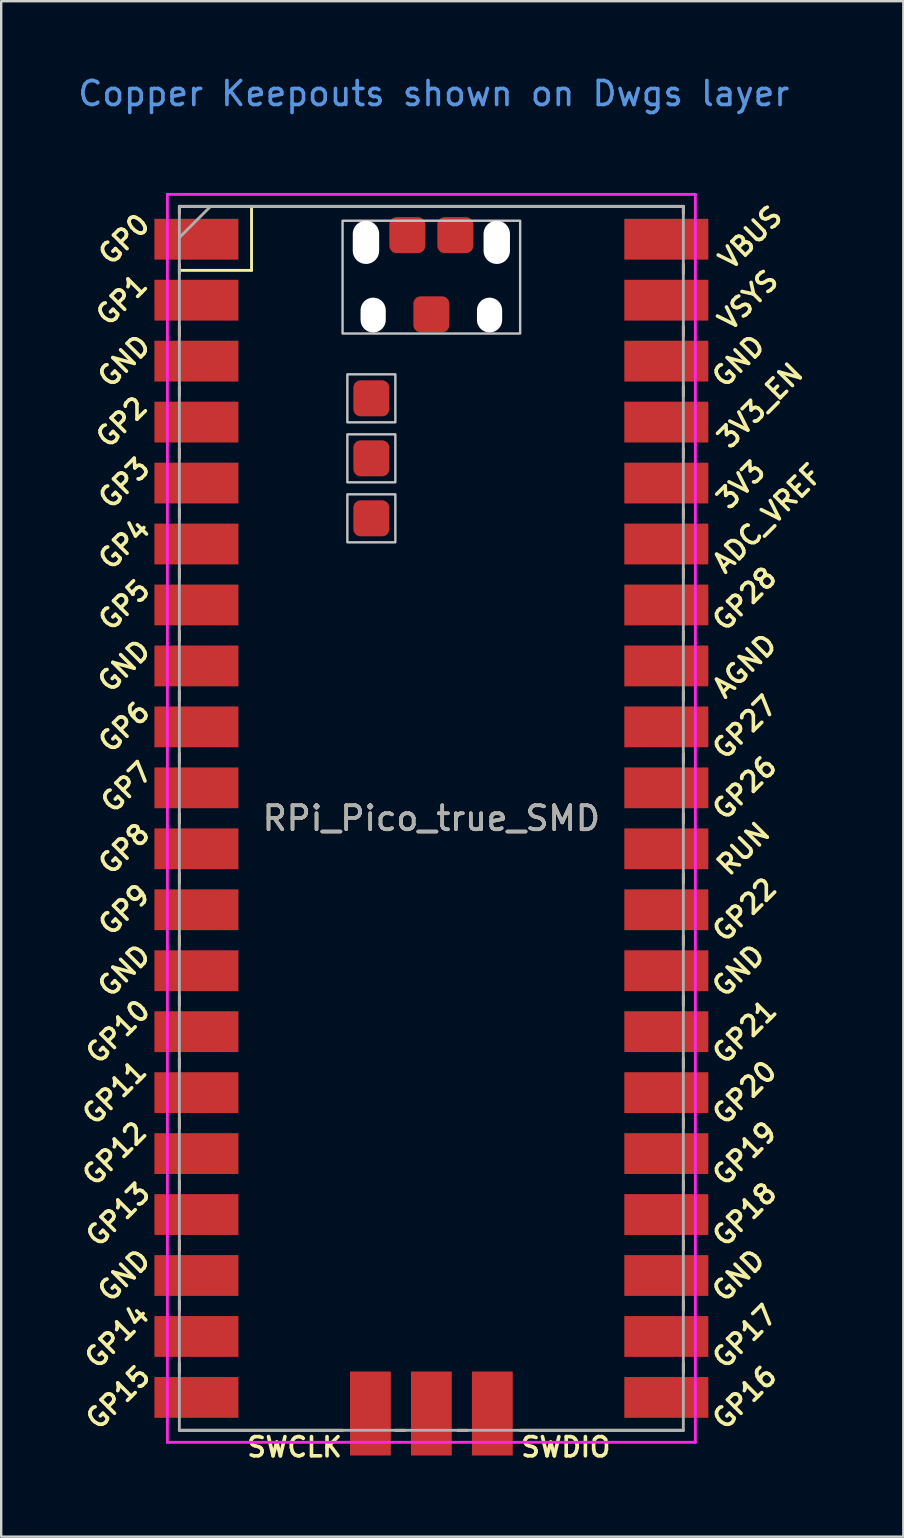
<source format=kicad_pcb>
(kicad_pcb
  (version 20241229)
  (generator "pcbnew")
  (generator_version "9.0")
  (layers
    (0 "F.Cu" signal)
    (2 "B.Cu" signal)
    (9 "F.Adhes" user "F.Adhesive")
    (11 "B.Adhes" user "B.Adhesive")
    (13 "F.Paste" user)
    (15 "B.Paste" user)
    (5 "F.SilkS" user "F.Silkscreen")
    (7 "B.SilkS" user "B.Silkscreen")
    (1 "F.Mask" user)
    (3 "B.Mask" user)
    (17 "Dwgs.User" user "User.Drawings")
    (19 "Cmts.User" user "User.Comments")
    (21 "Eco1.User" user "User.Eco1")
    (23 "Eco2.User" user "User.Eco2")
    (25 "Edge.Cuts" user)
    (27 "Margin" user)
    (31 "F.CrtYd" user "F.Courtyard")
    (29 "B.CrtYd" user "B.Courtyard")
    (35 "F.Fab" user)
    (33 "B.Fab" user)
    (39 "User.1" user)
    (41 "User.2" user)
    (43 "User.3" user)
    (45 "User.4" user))
  (footprint "RPi_Pico_true_SMD"
    (layer "F.Cu")
    (at 14.924 31.048)
    (property "Reference" "RPi_Pico_true_SMD" (at 0 0 0) (layer "F.SilkS") (effects (font (size 1 1) (thickness 0.15))))
    (attr through_hole)
    (fp_line (start -10.5 -25.5) (end -10.5 -25.2) (stroke (width 0.12) (type solid)) (layer "F.SilkS"))
    (fp_line (start -10.5 -25.5) (end 10.5 -25.5) (stroke (width 0.12) (type solid)) (layer "F.SilkS"))
    (fp_line (start -10.5 -23.1) (end -10.5 -22.7) (stroke (width 0.12) (type solid)) (layer "F.SilkS"))
    (fp_line (start -10.5 -22.833) (end -7.493 -22.833) (stroke (width 0.12) (type solid)) (layer "F.SilkS"))
    (fp_line (start -10.5 -20.5) (end -10.5 -20.1) (stroke (width 0.12) (type solid)) (layer "F.SilkS"))
    (fp_line (start -10.5 -18) (end -10.5 -17.6) (stroke (width 0.12) (type solid)) (layer "F.SilkS"))
    (fp_line (start -10.5 -15.4) (end -10.5 -15) (stroke (width 0.12) (type solid)) (layer "F.SilkS"))
    (fp_line (start -10.5 -12.9) (end -10.5 -12.5) (stroke (width 0.12) (type solid)) (layer "F.SilkS"))
    (fp_line (start -10.5 -10.4) (end -10.5 -10) (stroke (width 0.12) (type solid)) (layer "F.SilkS"))
    (fp_line (start -10.5 -7.8) (end -10.5 -7.4) (stroke (width 0.12) (type solid)) (layer "F.SilkS"))
    (fp_line (start -10.5 -5.3) (end -10.5 -4.9) (stroke (width 0.12) (type solid)) (layer "F.SilkS"))
    (fp_line (start -10.5 -2.7) (end -10.5 -2.3) (stroke (width 0.12) (type solid)) (layer "F.SilkS"))
    (fp_line (start -10.5 -0.2) (end -10.5 0.2) (stroke (width 0.12) (type solid)) (layer "F.SilkS"))
    (fp_line (start -10.5 2.3) (end -10.5 2.7) (stroke (width 0.12) (type solid)) (layer "F.SilkS"))
    (fp_line (start -10.5 4.9) (end -10.5 5.3) (stroke (width 0.12) (type solid)) (layer "F.SilkS"))
    (fp_line (start -10.5 7.4) (end -10.5 7.8) (stroke (width 0.12) (type solid)) (layer "F.SilkS"))
    (fp_line (start -10.5 10) (end -10.5 10.4) (stroke (width 0.12) (type solid)) (layer "F.SilkS"))
    (fp_line (start -10.5 12.5) (end -10.5 12.9) (stroke (width 0.12) (type solid)) (layer "F.SilkS"))
    (fp_line (start -10.5 15.1) (end -10.5 15.5) (stroke (width 0.12) (type solid)) (layer "F.SilkS"))
    (fp_line (start -10.5 17.6) (end -10.5 18) (stroke (width 0.12) (type solid)) (layer "F.SilkS"))
    (fp_line (start -10.5 20.1) (end -10.5 20.5) (stroke (width 0.12) (type solid)) (layer "F.SilkS"))
    (fp_line (start -10.5 22.7) (end -10.5 23.1) (stroke (width 0.12) (type solid)) (layer "F.SilkS"))
    (fp_line (start -7.493 -22.833) (end -7.493 -25.5) (stroke (width 0.12) (type solid)) (layer "F.SilkS"))
    (fp_line (start -3.7 25.5) (end -10.5 25.5) (stroke (width 0.12) (type solid)) (layer "F.SilkS"))
    (fp_line (start -1.5 25.5) (end -1.1 25.5) (stroke (width 0.12) (type solid)) (layer "F.SilkS"))
    (fp_line (start 1.1 25.5) (end 1.5 25.5) (stroke (width 0.12) (type solid)) (layer "F.SilkS"))
    (fp_line (start 10.5 -25.5) (end 10.5 -25.2) (stroke (width 0.12) (type solid)) (layer "F.SilkS"))
    (fp_line (start 10.5 -23.1) (end 10.5 -22.7) (stroke (width 0.12) (type solid)) (layer "F.SilkS"))
    (fp_line (start 10.5 -20.5) (end 10.5 -20.1) (stroke (width 0.12) (type solid)) (layer "F.SilkS"))
    (fp_line (start 10.5 -18) (end 10.5 -17.6) (stroke (width 0.12) (type solid)) (layer "F.SilkS"))
    (fp_line (start 10.5 -15.4) (end 10.5 -15) (stroke (width 0.12) (type solid)) (layer "F.SilkS"))
    (fp_line (start 10.5 -12.9) (end 10.5 -12.5) (stroke (width 0.12) (type solid)) (layer "F.SilkS"))
    (fp_line (start 10.5 -10.4) (end 10.5 -10) (stroke (width 0.12) (type solid)) (layer "F.SilkS"))
    (fp_line (start 10.5 -7.8) (end 10.5 -7.4) (stroke (width 0.12) (type solid)) (layer "F.SilkS"))
    (fp_line (start 10.5 -5.3) (end 10.5 -4.9) (stroke (width 0.12) (type solid)) (layer "F.SilkS"))
    (fp_line (start 10.5 -2.7) (end 10.5 -2.3) (stroke (width 0.12) (type solid)) (layer "F.SilkS"))
    (fp_line (start 10.5 -0.2) (end 10.5 0.2) (stroke (width 0.12) (type solid)) (layer "F.SilkS"))
    (fp_line (start 10.5 2.3) (end 10.5 2.7) (stroke (width 0.12) (type solid)) (layer "F.SilkS"))
    (fp_line (start 10.5 4.9) (end 10.5 5.3) (stroke (width 0.12) (type solid)) (layer "F.SilkS"))
    (fp_line (start 10.5 7.4) (end 10.5 7.8) (stroke (width 0.12) (type solid)) (layer "F.SilkS"))
    (fp_line (start 10.5 10) (end 10.5 10.4) (stroke (width 0.12) (type solid)) (layer "F.SilkS"))
    (fp_line (start 10.5 12.5) (end 10.5 12.9) (stroke (width 0.12) (type solid)) (layer "F.SilkS"))
    (fp_line (start 10.5 15.1) (end 10.5 15.5) (stroke (width 0.12) (type solid)) (layer "F.SilkS"))
    (fp_line (start 10.5 17.6) (end 10.5 18) (stroke (width 0.12) (type solid)) (layer "F.SilkS"))
    (fp_line (start 10.5 20.1) (end 10.5 20.5) (stroke (width 0.12) (type solid)) (layer "F.SilkS"))
    (fp_line (start 10.5 22.7) (end 10.5 23.1) (stroke (width 0.12) (type solid)) (layer "F.SilkS"))
    (fp_line (start 10.5 25.5) (end 3.7 25.5) (stroke (width 0.12) (type solid)) (layer "F.SilkS"))
    (fp_poly (pts (xy -1.5 -16.5) (xy -3.5 -16.5) (xy -3.5 -18.5) (xy -1.5 -18.5)) (stroke (width 0.1) (type solid)) (fill no) (layer "Dwgs.User"))
    (fp_poly (pts (xy -1.5 -14) (xy -3.5 -14) (xy -3.5 -16) (xy -1.5 -16)) (stroke (width 0.1) (type solid)) (fill no) (layer "Dwgs.User"))
    (fp_poly (pts (xy -1.5 -11.5) (xy -3.5 -11.5) (xy -3.5 -13.5) (xy -1.5 -13.5)) (stroke (width 0.1) (type solid)) (fill no) (layer "Dwgs.User"))
    (fp_poly (pts (xy 3.7 -20.2) (xy -3.7 -20.2) (xy -3.7 -24.9) (xy 3.7 -24.9)) (stroke (width 0.1) (type solid)) (fill no) (layer "Dwgs.User"))
    (fp_line (start -11 -26) (end 11 -26) (stroke (width 0.12) (type solid)) (layer "F.CrtYd"))
    (fp_line (start -11 26) (end -11 -26) (stroke (width 0.12) (type solid)) (layer "F.CrtYd"))
    (fp_line (start 11 -26) (end 11 26) (stroke (width 0.12) (type solid)) (layer "F.CrtYd"))
    (fp_line (start 11 26) (end -11 26) (stroke (width 0.12) (type solid)) (layer "F.CrtYd"))
    (fp_line (start -10.5 -25.5) (end 10.5 -25.5) (stroke (width 0.12) (type solid)) (layer "F.Fab"))
    (fp_line (start -10.5 -24.2) (end -9.2 -25.5) (stroke (width 0.12) (type solid)) (layer "F.Fab"))
    (fp_line (start -10.5 25.5) (end -10.5 -25.5) (stroke (width 0.12) (type solid)) (layer "F.Fab"))
    (fp_line (start 10.5 -25.5) (end 10.5 25.5) (stroke (width 0.12) (type solid)) (layer "F.Fab"))
    (fp_line (start 10.5 25.5) (end -10.5 25.5) (stroke (width 0.12) (type solid)) (layer "F.Fab"))
    (fp_text user "GP9" (at -12.8 3.81 45) (layer "F.SilkS") (effects (font (size 0.8 0.8) (thickness 0.15))))
    (fp_text user "GND" (at -12.8 -6.35 45) (layer "F.SilkS") (effects (font (size 0.8 0.8) (thickness 0.15))))
    (fp_text user "GP15" (at -13.054 24.13 45) (layer "F.SilkS") (effects (font (size 0.8 0.8) (thickness 0.15))))
    (fp_text user "GP21" (at 13.054 8.9 45) (layer "F.SilkS") (effects (font (size 0.8 0.8) (thickness 0.15))))
    (fp_text user "SWCLK" (at -5.7 26.2 0) (layer "F.SilkS") (effects (font (size 0.8 0.8) (thickness 0.15))))
    (fp_text user "VBUS" (at 13.3 -24.2 45) (layer "F.SilkS") (effects (font (size 0.8 0.8) (thickness 0.15))))
    (fp_text user "GND" (at 12.8 19.05 45) (layer "F.SilkS") (effects (font (size 0.8 0.8) (thickness 0.15))))
    (fp_text user "3V3_EN" (at 13.7 -17.2 45) (layer "F.SilkS") (effects (font (size 0.8 0.8) (thickness 0.15))))
    (fp_text user "GP16" (at 13.054 24.13 45) (layer "F.SilkS") (effects (font (size 0.8 0.8) (thickness 0.15))))
    (fp_text user "GP12" (at -13.2 13.97 45) (layer "F.SilkS") (effects (font (size 0.8 0.8) (thickness 0.15))))
    (fp_text user "GP28" (at 13.054 -9.144 45) (layer "F.SilkS") (effects (font (size 0.8 0.8) (thickness 0.15))))
    (fp_text user "GP3" (at -12.8 -13.97 45) (layer "F.SilkS") (effects (font (size 0.8 0.8) (thickness 0.15))))
    (fp_text user "RUN" (at 13 1.27 45) (layer "F.SilkS") (effects (font (size 0.8 0.8) (thickness 0.15))))
    (fp_text user "ADC_VREF" (at 14 -12.5 45) (layer "F.SilkS") (effects (font (size 0.8 0.8) (thickness 0.15))))
    (fp_text user "GP13" (at -13.054 16.51 45) (layer "F.SilkS") (effects (font (size 0.8 0.8) (thickness 0.15))))
    (fp_text user "GP1" (at -12.9 -21.6 45) (layer "F.SilkS") (effects (font (size 0.8 0.8) (thickness 0.15))))
    (fp_text user "GND" (at -12.8 -19.05 45) (layer "F.SilkS") (effects (font (size 0.8 0.8) (thickness 0.15))))
    (fp_text user "GP4" (at -12.8 -11.43 45) (layer "F.SilkS") (effects (font (size 0.8 0.8) (thickness 0.15))))
    (fp_text user "GND" (at -12.8 6.35 45) (layer "F.SilkS") (effects (font (size 0.8 0.8) (thickness 0.15))))
    (fp_text user "GP7" (at -12.7 -1.3 45) (layer "F.SilkS") (effects (font (size 0.8 0.8) (thickness 0.15))))
    (fp_text user "GP10" (at -13.054 8.89 45) (layer "F.SilkS") (effects (font (size 0.8 0.8) (thickness 0.15))))
    (fp_text user "GP19" (at 13.054 13.97 45) (layer "F.SilkS") (effects (font (size 0.8 0.8) (thickness 0.15))))
    (fp_text user "GP8" (at -12.8 1.27 45) (layer "F.SilkS") (effects (font (size 0.8 0.8) (thickness 0.15))))
    (fp_text user "GP26" (at 13.054 -1.27 45) (layer "F.SilkS") (effects (font (size 0.8 0.8) (thickness 0.15))))
    (fp_text user "GP14" (at -13.1 21.59 45) (layer "F.SilkS") (effects (font (size 0.8 0.8) (thickness 0.15))))
    (fp_text user "VSYS" (at 13.2 -21.59 45) (layer "F.SilkS") (effects (font (size 0.8 0.8) (thickness 0.15))))
    (fp_text user "AGND" (at 13.054 -6.35 45) (layer "F.SilkS") (effects (font (size 0.8 0.8) (thickness 0.15))))
    (fp_text user "GP18" (at 13.054 16.51 45) (layer "F.SilkS") (effects (font (size 0.8 0.8) (thickness 0.15))))
    (fp_text user "GP0" (at -12.8 -24.13 45) (layer "F.SilkS") (effects (font (size 0.8 0.8) (thickness 0.15))))
    (fp_text user "GP11" (at -13.2 11.43 45) (layer "F.SilkS") (effects (font (size 0.8 0.8) (thickness 0.15))))
    (fp_text user "GP20" (at 13.054 11.43 45) (layer "F.SilkS") (effects (font (size 0.8 0.8) (thickness 0.15))))
    (fp_text user "3V3" (at 12.9 -13.9 45) (layer "F.SilkS") (effects (font (size 0.8 0.8) (thickness 0.15))))
    (fp_text user "GP17" (at 13.054 21.59 45) (layer "F.SilkS") (effects (font (size 0.8 0.8) (thickness 0.15))))
    (fp_text user "GND" (at 12.8 6.35 45) (layer "F.SilkS") (effects (font (size 0.8 0.8) (thickness 0.15))))
    (fp_text user "GP6" (at -12.8 -3.81 45) (layer "F.SilkS") (effects (font (size 0.8 0.8) (thickness 0.15))))
    (fp_text user "GP5" (at -12.8 -8.89 45) (layer "F.SilkS") (effects (font (size 0.8 0.8) (thickness 0.15))))
    (fp_text user "GND" (at -12.8 19.05 45) (layer "F.SilkS") (effects (font (size 0.8 0.8) (thickness 0.15))))
    (fp_text user "GP22" (at 13.054 3.81 45) (layer "F.SilkS") (effects (font (size 0.8 0.8) (thickness 0.15))))
    (fp_text user "GP2" (at -12.9 -16.51 45) (layer "F.SilkS") (effects (font (size 0.8 0.8) (thickness 0.15))))
    (fp_text user "SWDIO" (at 5.6 26.2 0) (layer "F.SilkS") (effects (font (size 0.8 0.8) (thickness 0.15))))
    (fp_text user "GND" (at 12.8 -19.05 45) (layer "F.SilkS") (effects (font (size 0.8 0.8) (thickness 0.15))))
    (fp_text user "GP27" (at 13.054 -3.8 45) (layer "F.SilkS") (effects (font (size 0.8 0.8) (thickness 0.15))))
    (fp_text user "Copper Keepouts shown on Dwgs layer" (at 0.1 -30.2 0) (layer "Cmts.User") (effects (font (size 1 1) (thickness 0.15))))
    (fp_text user "${REFERENCE}" (at 0 0 180) (layer "F.Fab") (effects (font (size 1 1) (thickness 0.15))))
    (pad "" np_thru_hole oval (at -2.725 -24) (size 1.1 1.8) (drill oval 1.1 1.8) (layers "*.Cu" "*.Mask"))
    (pad "" np_thru_hole oval (at -2.425 -20.97) (size 1.05 1.45) (drill oval 1.05 1.45) (layers "*.Cu" "*.Mask"))
    (pad "" np_thru_hole oval (at 2.425 -20.97) (size 1.05 1.45) (drill oval 1.05 1.45) (layers "*.Cu" "*.Mask"))
    (pad "" np_thru_hole oval (at 2.725 -24) (size 1.1 1.8) (drill oval 1.1 1.8) (layers "*.Cu" "*.Mask"))
    (pad "1" smd rect (at -8.89 -24.13) (size 3.5 1.7) (drill (offset -0.9 0)) (layers "F.Cu" "F.Mask" "F.Paste"))
    (pad "2" smd rect (at -8.89 -21.59) (size 3.5 1.7) (drill (offset -0.9 0)) (layers "F.Cu" "F.Mask" "F.Paste"))
    (pad "3" smd rect (at -8.89 -19.05) (size 3.5 1.7) (drill (offset -0.9 0)) (layers "F.Cu" "F.Mask" "F.Paste"))
    (pad "4" smd rect (at -8.89 -16.51) (size 3.5 1.7) (drill (offset -0.9 0)) (layers "F.Cu" "F.Mask" "F.Paste"))
    (pad "5" smd rect (at -8.89 -13.97) (size 3.5 1.7) (drill (offset -0.9 0)) (layers "F.Cu" "F.Mask" "F.Paste"))
    (pad "6" smd rect (at -8.89 -11.43) (size 3.5 1.7) (drill (offset -0.9 0)) (layers "F.Cu" "F.Mask" "F.Paste"))
    (pad "7" smd rect (at -8.89 -8.89) (size 3.5 1.7) (drill (offset -0.9 0)) (layers "F.Cu" "F.Mask" "F.Paste"))
    (pad "8" smd rect (at -8.89 -6.35) (size 3.5 1.7) (drill (offset -0.9 0)) (layers "F.Cu" "F.Mask" "F.Paste"))
    (pad "9" smd rect (at -8.89 -3.81) (size 3.5 1.7) (drill (offset -0.9 0)) (layers "F.Cu" "F.Mask" "F.Paste"))
    (pad "10" smd rect (at -8.89 -1.27) (size 3.5 1.7) (drill (offset -0.9 0)) (layers "F.Cu" "F.Mask" "F.Paste"))
    (pad "11" smd rect (at -8.89 1.27) (size 3.5 1.7) (drill (offset -0.9 0)) (layers "F.Cu" "F.Mask" "F.Paste"))
    (pad "12" smd rect (at -8.89 3.81) (size 3.5 1.7) (drill (offset -0.9 0)) (layers "F.Cu" "F.Mask" "F.Paste"))
    (pad "13" smd rect (at -8.89 6.35) (size 3.5 1.7) (drill (offset -0.9 0)) (layers "F.Cu" "F.Mask" "F.Paste"))
    (pad "14" smd rect (at -8.89 8.89) (size 3.5 1.7) (drill (offset -0.9 0)) (layers "F.Cu" "F.Mask" "F.Paste"))
    (pad "15" smd rect (at -8.89 11.43) (size 3.5 1.7) (drill (offset -0.9 0)) (layers "F.Cu" "F.Mask" "F.Paste"))
    (pad "16" smd rect (at -8.89 13.97) (size 3.5 1.7) (drill (offset -0.9 0)) (layers "F.Cu" "F.Mask" "F.Paste"))
    (pad "17" smd rect (at -8.89 16.51) (size 3.5 1.7) (drill (offset -0.9 0)) (layers "F.Cu" "F.Mask" "F.Paste"))
    (pad "18" smd rect (at -8.89 19.05) (size 3.5 1.7) (drill (offset -0.9 0)) (layers "F.Cu" "F.Mask" "F.Paste"))
    (pad "19" smd rect (at -8.89 21.59) (size 3.5 1.7) (drill (offset -0.9 0)) (layers "F.Cu" "F.Mask" "F.Paste"))
    (pad "20" smd rect (at -8.89 24.13) (size 3.5 1.7) (drill (offset -0.9 0)) (layers "F.Cu" "F.Mask" "F.Paste"))
    (pad "21" smd rect (at 8.89 24.13) (size 3.5 1.7) (drill (offset 0.9 0)) (layers "F.Cu" "F.Mask" "F.Paste"))
    (pad "22" smd rect (at 8.89 21.59) (size 3.5 1.7) (drill (offset 0.9 0)) (layers "F.Cu" "F.Mask" "F.Paste"))
    (pad "23" smd rect (at 8.89 19.05) (size 3.5 1.7) (drill (offset 0.9 0)) (layers "F.Cu" "F.Mask" "F.Paste"))
    (pad "24" smd rect (at 8.89 16.51) (size 3.5 1.7) (drill (offset 0.9 0)) (layers "F.Cu" "F.Mask" "F.Paste"))
    (pad "25" smd rect (at 8.89 13.97) (size 3.5 1.7) (drill (offset 0.9 0)) (layers "F.Cu" "F.Mask" "F.Paste"))
    (pad "26" smd rect (at 8.89 11.43) (size 3.5 1.7) (drill (offset 0.9 0)) (layers "F.Cu" "F.Mask" "F.Paste"))
    (pad "27" smd rect (at 8.89 8.89) (size 3.5 1.7) (drill (offset 0.9 0)) (layers "F.Cu" "F.Mask" "F.Paste"))
    (pad "28" smd rect (at 8.89 6.35) (size 3.5 1.7) (drill (offset 0.9 0)) (layers "F.Cu" "F.Mask" "F.Paste"))
    (pad "29" smd rect (at 8.89 3.81) (size 3.5 1.7) (drill (offset 0.9 0)) (layers "F.Cu" "F.Mask" "F.Paste"))
    (pad "30" smd rect (at 8.89 1.27) (size 3.5 1.7) (drill (offset 0.9 0)) (layers "F.Cu" "F.Mask" "F.Paste"))
    (pad "31" smd rect (at 8.89 -1.27) (size 3.5 1.7) (drill (offset 0.9 0)) (layers "F.Cu" "F.Mask" "F.Paste"))
    (pad "32" smd rect (at 8.89 -3.81) (size 3.5 1.7) (drill (offset 0.9 0)) (layers "F.Cu" "F.Mask" "F.Paste"))
    (pad "33" smd rect (at 8.89 -6.35) (size 3.5 1.7) (drill (offset 0.9 0)) (layers "F.Cu" "F.Mask" "F.Paste"))
    (pad "34" smd rect (at 8.89 -8.89) (size 3.5 1.7) (drill (offset 0.9 0)) (layers "F.Cu" "F.Mask" "F.Paste"))
    (pad "35" smd rect (at 8.89 -11.43) (size 3.5 1.7) (drill (offset 0.9 0)) (layers "F.Cu" "F.Mask" "F.Paste"))
    (pad "36" smd rect (at 8.89 -13.97) (size 3.5 1.7) (drill (offset 0.9 0)) (layers "F.Cu" "F.Mask" "F.Paste"))
    (pad "37" smd rect (at 8.89 -16.51) (size 3.5 1.7) (drill (offset 0.9 0)) (layers "F.Cu" "F.Mask" "F.Paste"))
    (pad "38" smd rect (at 8.89 -19.05) (size 3.5 1.7) (drill (offset 0.9 0)) (layers "F.Cu" "F.Mask" "F.Paste"))
    (pad "39" smd rect (at 8.89 -21.59) (size 3.5 1.7) (drill (offset 0.9 0)) (layers "F.Cu" "F.Mask" "F.Paste"))
    (pad "40" smd rect (at 8.89 -24.13) (size 3.5 1.7) (drill (offset 0.9 0)) (layers "F.Cu" "F.Mask" "F.Paste"))
    (pad "41" smd rect (at -2.54 23.9 90) (size 3.5 1.7) (drill (offset -0.9 0)) (layers "F.Cu" "F.Mask" "F.Paste"))
    (pad "42" smd rect (at 0 23.9 90) (size 3.5 1.7) (drill (offset -0.9 0)) (layers "F.Cu" "F.Mask" "F.Paste"))
    (pad "43" smd rect (at 2.54 23.9 90) (size 3.5 1.7) (drill (offset -0.9 0)) (layers "F.Cu" "F.Mask" "F.Paste"))
    (pad "44" smd roundrect (at 0 -21) (size 1.5 1.5) (layers "F.Cu" "F.Mask" "F.Paste") (roundrect_rratio 0.2))
    (pad "45" smd roundrect (at 1 -24.3) (size 1.5 1.5) (layers "F.Cu" "F.Mask" "F.Paste") (roundrect_rratio 0.2))
    (pad "46" smd roundrect (at -1 -24.3 90) (size 1.5 1.5) (layers "F.Cu" "F.Mask" "F.Paste") (roundrect_rratio 0.2))
    (pad "47" smd roundrect (at -2.5 -17.5) (size 1.5 1.5) (layers "F.Cu" "F.Mask" "F.Paste") (roundrect_rratio 0.2))
    (pad "48" smd roundrect (at -2.5 -15) (size 1.5 1.5) (layers "F.Cu" "F.Mask" "F.Paste") (roundrect_rratio 0.2))
    (pad "49" smd roundrect (at -2.5 -12.5) (size 1.5 1.5) (layers "F.Cu" "F.Mask" "F.Paste") (roundrect_rratio 0.2)))
  (gr_rect
    (start -3 -3)
    (end 34.591 60.98)
    (stroke (width 0.1) (type default))
    (fill no)
    (layer "Edge.Cuts")))
</source>
